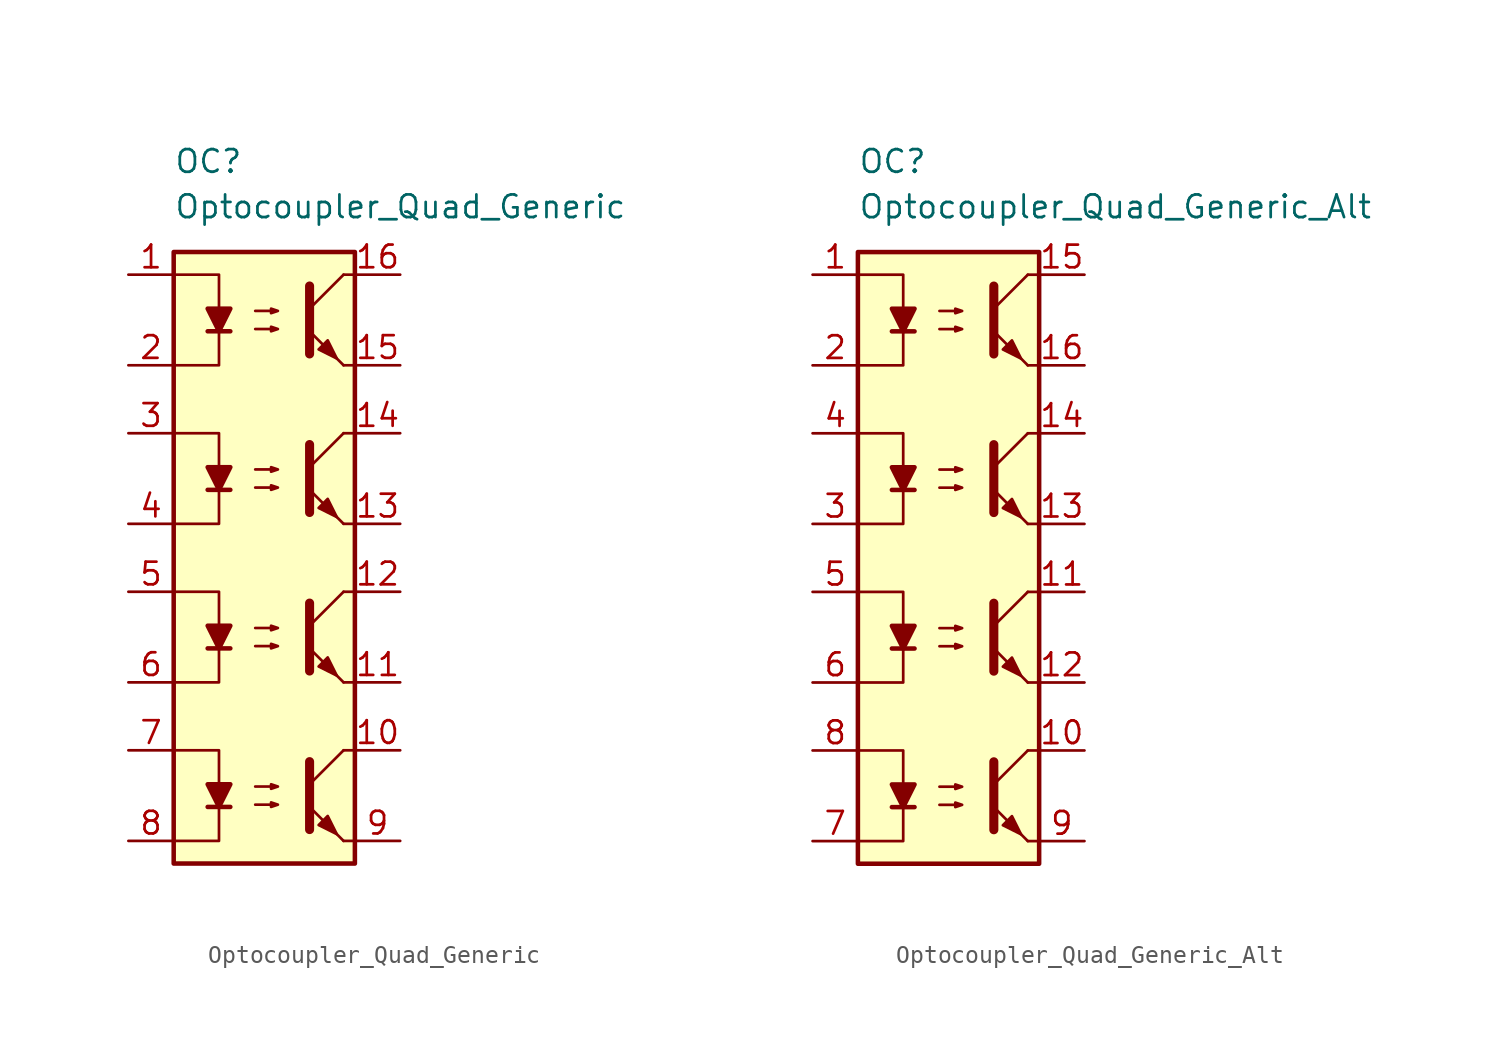
<source format=kicad_sym>
(kicad_symbol_lib
  (version 20231120)
  (generator "kicad_symbol_editor")
  (generator_version "8.0")
  (symbol "Optocoupler_Quad_Generic"
    (pin_names
      (offset 1.016))
    (property "Reference" "OC"
      (at -5.08 17.78 0)
      (effects (font (size 1.27 1.27)) (justify left)))
    (property "Value" "Optocoupler_Quad_Generic"
      (at -5.08 15.24 0)
      (effects (font (size 1.27 1.27)) (justify left)))
    (symbol "Optocoupler_Quad_Generic_0_1"
      (rectangle (start -5.08 12.7) (end 5.08 -21.59) (stroke (width 0.254) (type default)) (fill (type background)))
      (polyline (pts (xy -3.175 8.255) (xy -1.905 8.255)) (stroke (width 0.254) (type default)) (fill (type none)))
      (polyline (pts (xy 2.54 9.525) (xy 4.445 11.43)) (stroke (width 0) (type default)) (fill (type none)))
      (polyline (pts (xy 4.445 6.35) (xy 2.54 8.255)) (stroke (width 0) (type default)) (fill (type outline)))
      (polyline (pts (xy 4.445 6.35) (xy 5.08 6.35)) (stroke (width 0) (type default)) (fill (type none)))
      (polyline (pts (xy 4.445 11.43) (xy 5.08 11.43)) (stroke (width 0) (type default)) (fill (type none)))
      (polyline (pts (xy -5.08 11.43) (xy -2.54 11.43) (xy -2.54 8.255)) (stroke (width 0) (type default)) (fill (type none)))
      (polyline (pts (xy -2.54 8.255) (xy -2.54 6.35) (xy -5.08 6.35)) (stroke (width 0) (type default)) (fill (type none)))
      (polyline (pts (xy 2.54 10.795) (xy 2.54 6.985) (xy 2.54 6.985)) (stroke (width 0.508) (type default)) (fill (type none)))
      (polyline (pts (xy -2.54 8.255) (xy -3.175 9.525) (xy -1.905 9.525) (xy -2.54 8.255)) (stroke (width 0.254) (type default)) (fill (type outline)))
      (polyline (pts (xy -0.508 8.382) (xy 0.762 8.382) (xy 0.381 8.255) (xy 0.381 8.509) (xy 0.762 8.382)) (stroke (width 0) (type default)) (fill (type none)))
      (polyline (pts (xy -0.508 9.398) (xy 0.762 9.398) (xy 0.381 9.271) (xy 0.381 9.525) (xy 0.762 9.398)) (stroke (width 0) (type default)) (fill (type none)))
      (polyline (pts (xy 3.048 7.239) (xy 3.556 7.747) (xy 4.064 6.731) (xy 3.048 7.239) (xy 3.048 7.239)) (stroke (width 0) (type default)) (fill (type outline))))
    (symbol "Optocoupler_Quad_Generic_1_1"
      (polyline (pts (xy -3.175 -18.415) (xy -1.905 -18.415)) (stroke (width 0.254) (type default)) (fill (type none)))
      (polyline (pts (xy -3.175 -9.525) (xy -1.905 -9.525)) (stroke (width 0.254) (type default)) (fill (type none)))
      (polyline (pts (xy -3.175 -0.635) (xy -1.905 -0.635)) (stroke (width 0.254) (type default)) (fill (type none)))
      (polyline (pts (xy 2.54 -17.145) (xy 4.445 -15.24)) (stroke (width 0) (type default)) (fill (type none)))
      (polyline (pts (xy 2.54 -8.255) (xy 4.445 -6.35)) (stroke (width 0) (type default)) (fill (type none)))
      (polyline (pts (xy 2.54 0.635) (xy 4.445 2.54)) (stroke (width 0) (type default)) (fill (type none)))
      (polyline (pts (xy 4.445 -20.32) (xy 2.54 -18.415)) (stroke (width 0) (type default)) (fill (type outline)))
      (polyline (pts (xy 4.445 -20.32) (xy 5.08 -20.32)) (stroke (width 0) (type default)) (fill (type none)))
      (polyline (pts (xy 4.445 -15.24) (xy 5.08 -15.24)) (stroke (width 0) (type default)) (fill (type none)))
      (polyline (pts (xy 4.445 -11.43) (xy 2.54 -9.525)) (stroke (width 0) (type default)) (fill (type outline)))
      (polyline (pts (xy 4.445 -11.43) (xy 5.08 -11.43)) (stroke (width 0) (type default)) (fill (type none)))
      (polyline (pts (xy 4.445 -6.35) (xy 5.08 -6.35)) (stroke (width 0) (type default)) (fill (type none)))
      (polyline (pts (xy 4.445 -2.54) (xy 2.54 -0.635)) (stroke (width 0) (type default)) (fill (type outline)))
      (polyline (pts (xy 4.445 -2.54) (xy 5.08 -2.54)) (stroke (width 0) (type default)) (fill (type none)))
      (polyline (pts (xy 4.445 2.54) (xy 5.08 2.54)) (stroke (width 0) (type default)) (fill (type none)))
      (polyline (pts (xy -5.08 -15.24) (xy -2.54 -15.24) (xy -2.54 -18.415)) (stroke (width 0) (type default)) (fill (type none)))
      (polyline (pts (xy -5.08 -6.35) (xy -2.54 -6.35) (xy -2.54 -9.525)) (stroke (width 0) (type default)) (fill (type none)))
      (polyline (pts (xy -5.08 2.54) (xy -2.54 2.54) (xy -2.54 -0.635)) (stroke (width 0) (type default)) (fill (type none)))
      (polyline (pts (xy -2.54 -18.415) (xy -2.54 -20.32) (xy -5.08 -20.32)) (stroke (width 0) (type default)) (fill (type none)))
      (polyline (pts (xy -2.54 -9.525) (xy -2.54 -11.43) (xy -5.08 -11.43)) (stroke (width 0) (type default)) (fill (type none)))
      (polyline (pts (xy -2.54 -0.635) (xy -2.54 -2.54) (xy -5.08 -2.54)) (stroke (width 0) (type default)) (fill (type none)))
      (polyline (pts (xy 2.54 -15.875) (xy 2.54 -19.685) (xy 2.54 -19.685)) (stroke (width 0.508) (type default)) (fill (type none)))
      (polyline (pts (xy 2.54 -6.985) (xy 2.54 -10.795) (xy 2.54 -10.795)) (stroke (width 0.508) (type default)) (fill (type none)))
      (polyline (pts (xy 2.54 1.905) (xy 2.54 -1.905) (xy 2.54 -1.905)) (stroke (width 0.508) (type default)) (fill (type none)))
      (polyline (pts (xy -2.54 -18.415) (xy -3.175 -17.145) (xy -1.905 -17.145) (xy -2.54 -18.415)) (stroke (width 0.254) (type default)) (fill (type outline)))
      (polyline (pts (xy -2.54 -9.525) (xy -3.175 -8.255) (xy -1.905 -8.255) (xy -2.54 -9.525)) (stroke (width 0.254) (type default)) (fill (type outline)))
      (polyline (pts (xy -2.54 -0.635) (xy -3.175 0.635) (xy -1.905 0.635) (xy -2.54 -0.635)) (stroke (width 0.254) (type default)) (fill (type outline)))
      (polyline (pts (xy -0.508 -18.288) (xy 0.762 -18.288) (xy 0.381 -18.415) (xy 0.381 -18.161) (xy 0.762 -18.288)) (stroke (width 0) (type default)) (fill (type none)))
      (polyline (pts (xy -0.508 -17.272) (xy 0.762 -17.272) (xy 0.381 -17.399) (xy 0.381 -17.145) (xy 0.762 -17.272)) (stroke (width 0) (type default)) (fill (type none)))
      (polyline (pts (xy -0.508 -9.398) (xy 0.762 -9.398) (xy 0.381 -9.525) (xy 0.381 -9.271) (xy 0.762 -9.398)) (stroke (width 0) (type default)) (fill (type none)))
      (polyline (pts (xy -0.508 -8.382) (xy 0.762 -8.382) (xy 0.381 -8.509) (xy 0.381 -8.255) (xy 0.762 -8.382)) (stroke (width 0) (type default)) (fill (type none)))
      (polyline (pts (xy -0.508 -0.508) (xy 0.762 -0.508) (xy 0.381 -0.635) (xy 0.381 -0.381) (xy 0.762 -0.508)) (stroke (width 0) (type default)) (fill (type none)))
      (polyline (pts (xy -0.508 0.508) (xy 0.762 0.508) (xy 0.381 0.381) (xy 0.381 0.635) (xy 0.762 0.508)) (stroke (width 0) (type default)) (fill (type none)))
      (polyline (pts (xy 3.048 -19.431) (xy 3.556 -18.923) (xy 4.064 -19.939) (xy 3.048 -19.431) (xy 3.048 -19.431)) (stroke (width 0) (type default)) (fill (type outline)))
      (polyline (pts (xy 3.048 -10.541) (xy 3.556 -10.033) (xy 4.064 -11.049) (xy 3.048 -10.541) (xy 3.048 -10.541)) (stroke (width 0) (type default)) (fill (type outline)))
      (polyline (pts (xy 3.048 -1.651) (xy 3.556 -1.143) (xy 4.064 -2.159) (xy 3.048 -1.651) (xy 3.048 -1.651)) (stroke (width 0) (type default)) (fill (type outline)))
      (pin passive line (at -7.62 11.43 0) (length 2.54) (name "~" (effects (font (size 1.27 1.27)))) (number "1" (effects (font (size 1.27 1.27)))))
      (pin passive line (at 7.62 -15.24 180) (length 2.54) (name "~" (effects (font (size 1.27 1.27)))) (number "10" (effects (font (size 1.27 1.27)))))
      (pin passive line (at 7.62 -11.43 180) (length 2.54) (name "~" (effects (font (size 1.27 1.27)))) (number "11" (effects (font (size 1.27 1.27)))))
      (pin passive line (at 7.62 -6.35 180) (length 2.54) (name "~" (effects (font (size 1.27 1.27)))) (number "12" (effects (font (size 1.27 1.27)))))
      (pin passive line (at 7.62 -2.54 180) (length 2.54) (name "~" (effects (font (size 1.27 1.27)))) (number "13" (effects (font (size 1.27 1.27)))))
      (pin passive line (at 7.62 2.54 180) (length 2.54) (name "~" (effects (font (size 1.27 1.27)))) (number "14" (effects (font (size 1.27 1.27)))))
      (pin passive line (at 7.62 6.35 180) (length 2.54) (name "~" (effects (font (size 1.27 1.27)))) (number "15" (effects (font (size 1.27 1.27)))))
      (pin passive line (at 7.62 11.43 180) (length 2.54) (name "~" (effects (font (size 1.27 1.27)))) (number "16" (effects (font (size 1.27 1.27)))))
      (pin passive line (at -7.62 6.35 0) (length 2.54) (name "~" (effects (font (size 1.27 1.27)))) (number "2" (effects (font (size 1.27 1.27)))))
      (pin passive line (at -7.62 2.54 0) (length 2.54) (name "~" (effects (font (size 1.27 1.27)))) (number "3" (effects (font (size 1.27 1.27)))))
      (pin passive line (at -7.62 -2.54 0) (length 2.54) (name "~" (effects (font (size 1.27 1.27)))) (number "4" (effects (font (size 1.27 1.27)))))
      (pin passive line (at -7.62 -6.35 0) (length 2.54) (name "~" (effects (font (size 1.27 1.27)))) (number "5" (effects (font (size 1.27 1.27)))))
      (pin passive line (at -7.62 -11.43 0) (length 2.54) (name "~" (effects (font (size 1.27 1.27)))) (number "6" (effects (font (size 1.27 1.27)))))
      (pin passive line (at -7.62 -15.24 0) (length 2.54) (name "~" (effects (font (size 1.27 1.27)))) (number "7" (effects (font (size 1.27 1.27)))))
      (pin passive line (at -7.62 -20.32 0) (length 2.54) (name "~" (effects (font (size 1.27 1.27)))) (number "8" (effects (font (size 1.27 1.27)))))
      (pin passive line (at 7.62 -20.32 180) (length 2.54) (name "~" (effects (font (size 1.27 1.27)))) (number "9" (effects (font (size 1.27 1.27)))))))
  (symbol "Optocoupler_Quad_Generic_Alt"
    (pin_names
      (offset 1.016))
    (property "Reference" "OC"
      (at -5.08 17.78 0)
      (effects (font (size 1.27 1.27)) (justify left)))
    (property "Value" "Optocoupler_Quad_Generic_Alt"
      (at -5.08 15.24 0)
      (effects (font (size 1.27 1.27)) (justify left)))
    (symbol "Optocoupler_Quad_Generic_Alt_0_1"
      (rectangle (start -5.08 12.7) (end 5.08 -21.59) (stroke (width 0.254) (type default)) (fill (type background)))
      (polyline (pts (xy -3.175 8.255) (xy -1.905 8.255)) (stroke (width 0.254) (type default)) (fill (type none)))
      (polyline (pts (xy 2.54 9.525) (xy 4.445 11.43)) (stroke (width 0) (type default)) (fill (type none)))
      (polyline (pts (xy 4.445 6.35) (xy 2.54 8.255)) (stroke (width 0) (type default)) (fill (type outline)))
      (polyline (pts (xy 4.445 6.35) (xy 5.08 6.35)) (stroke (width 0) (type default)) (fill (type none)))
      (polyline (pts (xy 4.445 11.43) (xy 5.08 11.43)) (stroke (width 0) (type default)) (fill (type none)))
      (polyline (pts (xy -5.08 11.43) (xy -2.54 11.43) (xy -2.54 8.255)) (stroke (width 0) (type default)) (fill (type none)))
      (polyline (pts (xy -2.54 8.255) (xy -2.54 6.35) (xy -5.08 6.35)) (stroke (width 0) (type default)) (fill (type none)))
      (polyline (pts (xy 2.54 10.795) (xy 2.54 6.985) (xy 2.54 6.985)) (stroke (width 0.508) (type default)) (fill (type none)))
      (polyline (pts (xy -2.54 8.255) (xy -3.175 9.525) (xy -1.905 9.525) (xy -2.54 8.255)) (stroke (width 0.254) (type default)) (fill (type outline)))
      (polyline (pts (xy -0.508 8.382) (xy 0.762 8.382) (xy 0.381 8.255) (xy 0.381 8.509) (xy 0.762 8.382)) (stroke (width 0) (type default)) (fill (type none)))
      (polyline (pts (xy -0.508 9.398) (xy 0.762 9.398) (xy 0.381 9.271) (xy 0.381 9.525) (xy 0.762 9.398)) (stroke (width 0) (type default)) (fill (type none)))
      (polyline (pts (xy 3.048 7.239) (xy 3.556 7.747) (xy 4.064 6.731) (xy 3.048 7.239) (xy 3.048 7.239)) (stroke (width 0) (type default)) (fill (type outline))))
    (symbol "Optocoupler_Quad_Generic_Alt_1_1"
      (polyline (pts (xy -3.175 -18.415) (xy -1.905 -18.415)) (stroke (width 0.254) (type default)) (fill (type none)))
      (polyline (pts (xy -3.175 -9.525) (xy -1.905 -9.525)) (stroke (width 0.254) (type default)) (fill (type none)))
      (polyline (pts (xy -3.175 -0.635) (xy -1.905 -0.635)) (stroke (width 0.254) (type default)) (fill (type none)))
      (polyline (pts (xy 2.54 -17.145) (xy 4.445 -15.24)) (stroke (width 0) (type default)) (fill (type none)))
      (polyline (pts (xy 2.54 -8.255) (xy 4.445 -6.35)) (stroke (width 0) (type default)) (fill (type none)))
      (polyline (pts (xy 2.54 0.635) (xy 4.445 2.54)) (stroke (width 0) (type default)) (fill (type none)))
      (polyline (pts (xy 4.445 -20.32) (xy 2.54 -18.415)) (stroke (width 0) (type default)) (fill (type outline)))
      (polyline (pts (xy 4.445 -20.32) (xy 5.08 -20.32)) (stroke (width 0) (type default)) (fill (type none)))
      (polyline (pts (xy 4.445 -15.24) (xy 5.08 -15.24)) (stroke (width 0) (type default)) (fill (type none)))
      (polyline (pts (xy 4.445 -11.43) (xy 2.54 -9.525)) (stroke (width 0) (type default)) (fill (type outline)))
      (polyline (pts (xy 4.445 -11.43) (xy 5.08 -11.43)) (stroke (width 0) (type default)) (fill (type none)))
      (polyline (pts (xy 4.445 -6.35) (xy 5.08 -6.35)) (stroke (width 0) (type default)) (fill (type none)))
      (polyline (pts (xy 4.445 -2.54) (xy 2.54 -0.635)) (stroke (width 0) (type default)) (fill (type outline)))
      (polyline (pts (xy 4.445 -2.54) (xy 5.08 -2.54)) (stroke (width 0) (type default)) (fill (type none)))
      (polyline (pts (xy 4.445 2.54) (xy 5.08 2.54)) (stroke (width 0) (type default)) (fill (type none)))
      (polyline (pts (xy -5.08 -15.24) (xy -2.54 -15.24) (xy -2.54 -18.415)) (stroke (width 0) (type default)) (fill (type none)))
      (polyline (pts (xy -5.08 -6.35) (xy -2.54 -6.35) (xy -2.54 -9.525)) (stroke (width 0) (type default)) (fill (type none)))
      (polyline (pts (xy -5.08 2.54) (xy -2.54 2.54) (xy -2.54 -0.635)) (stroke (width 0) (type default)) (fill (type none)))
      (polyline (pts (xy -2.54 -18.415) (xy -2.54 -20.32) (xy -5.08 -20.32)) (stroke (width 0) (type default)) (fill (type none)))
      (polyline (pts (xy -2.54 -9.525) (xy -2.54 -11.43) (xy -5.08 -11.43)) (stroke (width 0) (type default)) (fill (type none)))
      (polyline (pts (xy -2.54 -0.635) (xy -2.54 -2.54) (xy -5.08 -2.54)) (stroke (width 0) (type default)) (fill (type none)))
      (polyline (pts (xy 2.54 -15.875) (xy 2.54 -19.685) (xy 2.54 -19.685)) (stroke (width 0.508) (type default)) (fill (type none)))
      (polyline (pts (xy 2.54 -6.985) (xy 2.54 -10.795) (xy 2.54 -10.795)) (stroke (width 0.508) (type default)) (fill (type none)))
      (polyline (pts (xy 2.54 1.905) (xy 2.54 -1.905) (xy 2.54 -1.905)) (stroke (width 0.508) (type default)) (fill (type none)))
      (polyline (pts (xy -2.54 -18.415) (xy -3.175 -17.145) (xy -1.905 -17.145) (xy -2.54 -18.415)) (stroke (width 0.254) (type default)) (fill (type outline)))
      (polyline (pts (xy -2.54 -9.525) (xy -3.175 -8.255) (xy -1.905 -8.255) (xy -2.54 -9.525)) (stroke (width 0.254) (type default)) (fill (type outline)))
      (polyline (pts (xy -2.54 -0.635) (xy -3.175 0.635) (xy -1.905 0.635) (xy -2.54 -0.635)) (stroke (width 0.254) (type default)) (fill (type outline)))
      (polyline (pts (xy -0.508 -18.288) (xy 0.762 -18.288) (xy 0.381 -18.415) (xy 0.381 -18.161) (xy 0.762 -18.288)) (stroke (width 0) (type default)) (fill (type none)))
      (polyline (pts (xy -0.508 -17.272) (xy 0.762 -17.272) (xy 0.381 -17.399) (xy 0.381 -17.145) (xy 0.762 -17.272)) (stroke (width 0) (type default)) (fill (type none)))
      (polyline (pts (xy -0.508 -9.398) (xy 0.762 -9.398) (xy 0.381 -9.525) (xy 0.381 -9.271) (xy 0.762 -9.398)) (stroke (width 0) (type default)) (fill (type none)))
      (polyline (pts (xy -0.508 -8.382) (xy 0.762 -8.382) (xy 0.381 -8.509) (xy 0.381 -8.255) (xy 0.762 -8.382)) (stroke (width 0) (type default)) (fill (type none)))
      (polyline (pts (xy -0.508 -0.508) (xy 0.762 -0.508) (xy 0.381 -0.635) (xy 0.381 -0.381) (xy 0.762 -0.508)) (stroke (width 0) (type default)) (fill (type none)))
      (polyline (pts (xy -0.508 0.508) (xy 0.762 0.508) (xy 0.381 0.381) (xy 0.381 0.635) (xy 0.762 0.508)) (stroke (width 0) (type default)) (fill (type none)))
      (polyline (pts (xy 3.048 -19.431) (xy 3.556 -18.923) (xy 4.064 -19.939) (xy 3.048 -19.431) (xy 3.048 -19.431)) (stroke (width 0) (type default)) (fill (type outline)))
      (polyline (pts (xy 3.048 -10.541) (xy 3.556 -10.033) (xy 4.064 -11.049) (xy 3.048 -10.541) (xy 3.048 -10.541)) (stroke (width 0) (type default)) (fill (type outline)))
      (polyline (pts (xy 3.048 -1.651) (xy 3.556 -1.143) (xy 4.064 -2.159) (xy 3.048 -1.651) (xy 3.048 -1.651)) (stroke (width 0) (type default)) (fill (type outline)))
      (pin passive line (at -7.62 11.43 0) (length 2.54) (name "~" (effects (font (size 1.27 1.27)))) (number "1" (effects (font (size 1.27 1.27)))))
      (pin passive line (at 7.62 -15.24 180) (length 2.54) (name "~" (effects (font (size 1.27 1.27)))) (number "10" (effects (font (size 1.27 1.27)))))
      (pin passive line (at 7.62 -6.35 180) (length 2.54) (name "~" (effects (font (size 1.27 1.27)))) (number "11" (effects (font (size 1.27 1.27)))))
      (pin passive line (at 7.62 -11.43 180) (length 2.54) (name "~" (effects (font (size 1.27 1.27)))) (number "12" (effects (font (size 1.27 1.27)))))
      (pin passive line (at 7.62 -2.54 180) (length 2.54) (name "~" (effects (font (size 1.27 1.27)))) (number "13" (effects (font (size 1.27 1.27)))))
      (pin passive line (at 7.62 2.54 180) (length 2.54) (name "~" (effects (font (size 1.27 1.27)))) (number "14" (effects (font (size 1.27 1.27)))))
      (pin passive line (at 7.62 11.43 180) (length 2.54) (name "~" (effects (font (size 1.27 1.27)))) (number "15" (effects (font (size 1.27 1.27)))))
      (pin passive line (at 7.62 6.35 180) (length 2.54) (name "~" (effects (font (size 1.27 1.27)))) (number "16" (effects (font (size 1.27 1.27)))))
      (pin passive line (at -7.62 6.35 0) (length 2.54) (name "~" (effects (font (size 1.27 1.27)))) (number "2" (effects (font (size 1.27 1.27)))))
      (pin passive line (at -7.62 -2.54 0) (length 2.54) (name "~" (effects (font (size 1.27 1.27)))) (number "3" (effects (font (size 1.27 1.27)))))
      (pin passive line (at -7.62 2.54 0) (length 2.54) (name "~" (effects (font (size 1.27 1.27)))) (number "4" (effects (font (size 1.27 1.27)))))
      (pin passive line (at -7.62 -6.35 0) (length 2.54) (name "~" (effects (font (size 1.27 1.27)))) (number "5" (effects (font (size 1.27 1.27)))))
      (pin passive line (at -7.62 -11.43 0) (length 2.54) (name "~" (effects (font (size 1.27 1.27)))) (number "6" (effects (font (size 1.27 1.27)))))
      (pin passive line (at -7.62 -20.32 0) (length 2.54) (name "~" (effects (font (size 1.27 1.27)))) (number "7" (effects (font (size 1.27 1.27)))))
      (pin passive line (at -7.62 -15.24 0) (length 2.54) (name "~" (effects (font (size 1.27 1.27)))) (number "8" (effects (font (size 1.27 1.27)))))
      (pin passive line (at 7.62 -20.32 180) (length 2.54) (name "~" (effects (font (size 1.27 1.27)))) (number "9" (effects (font (size 1.27 1.27))))))))
</source>
